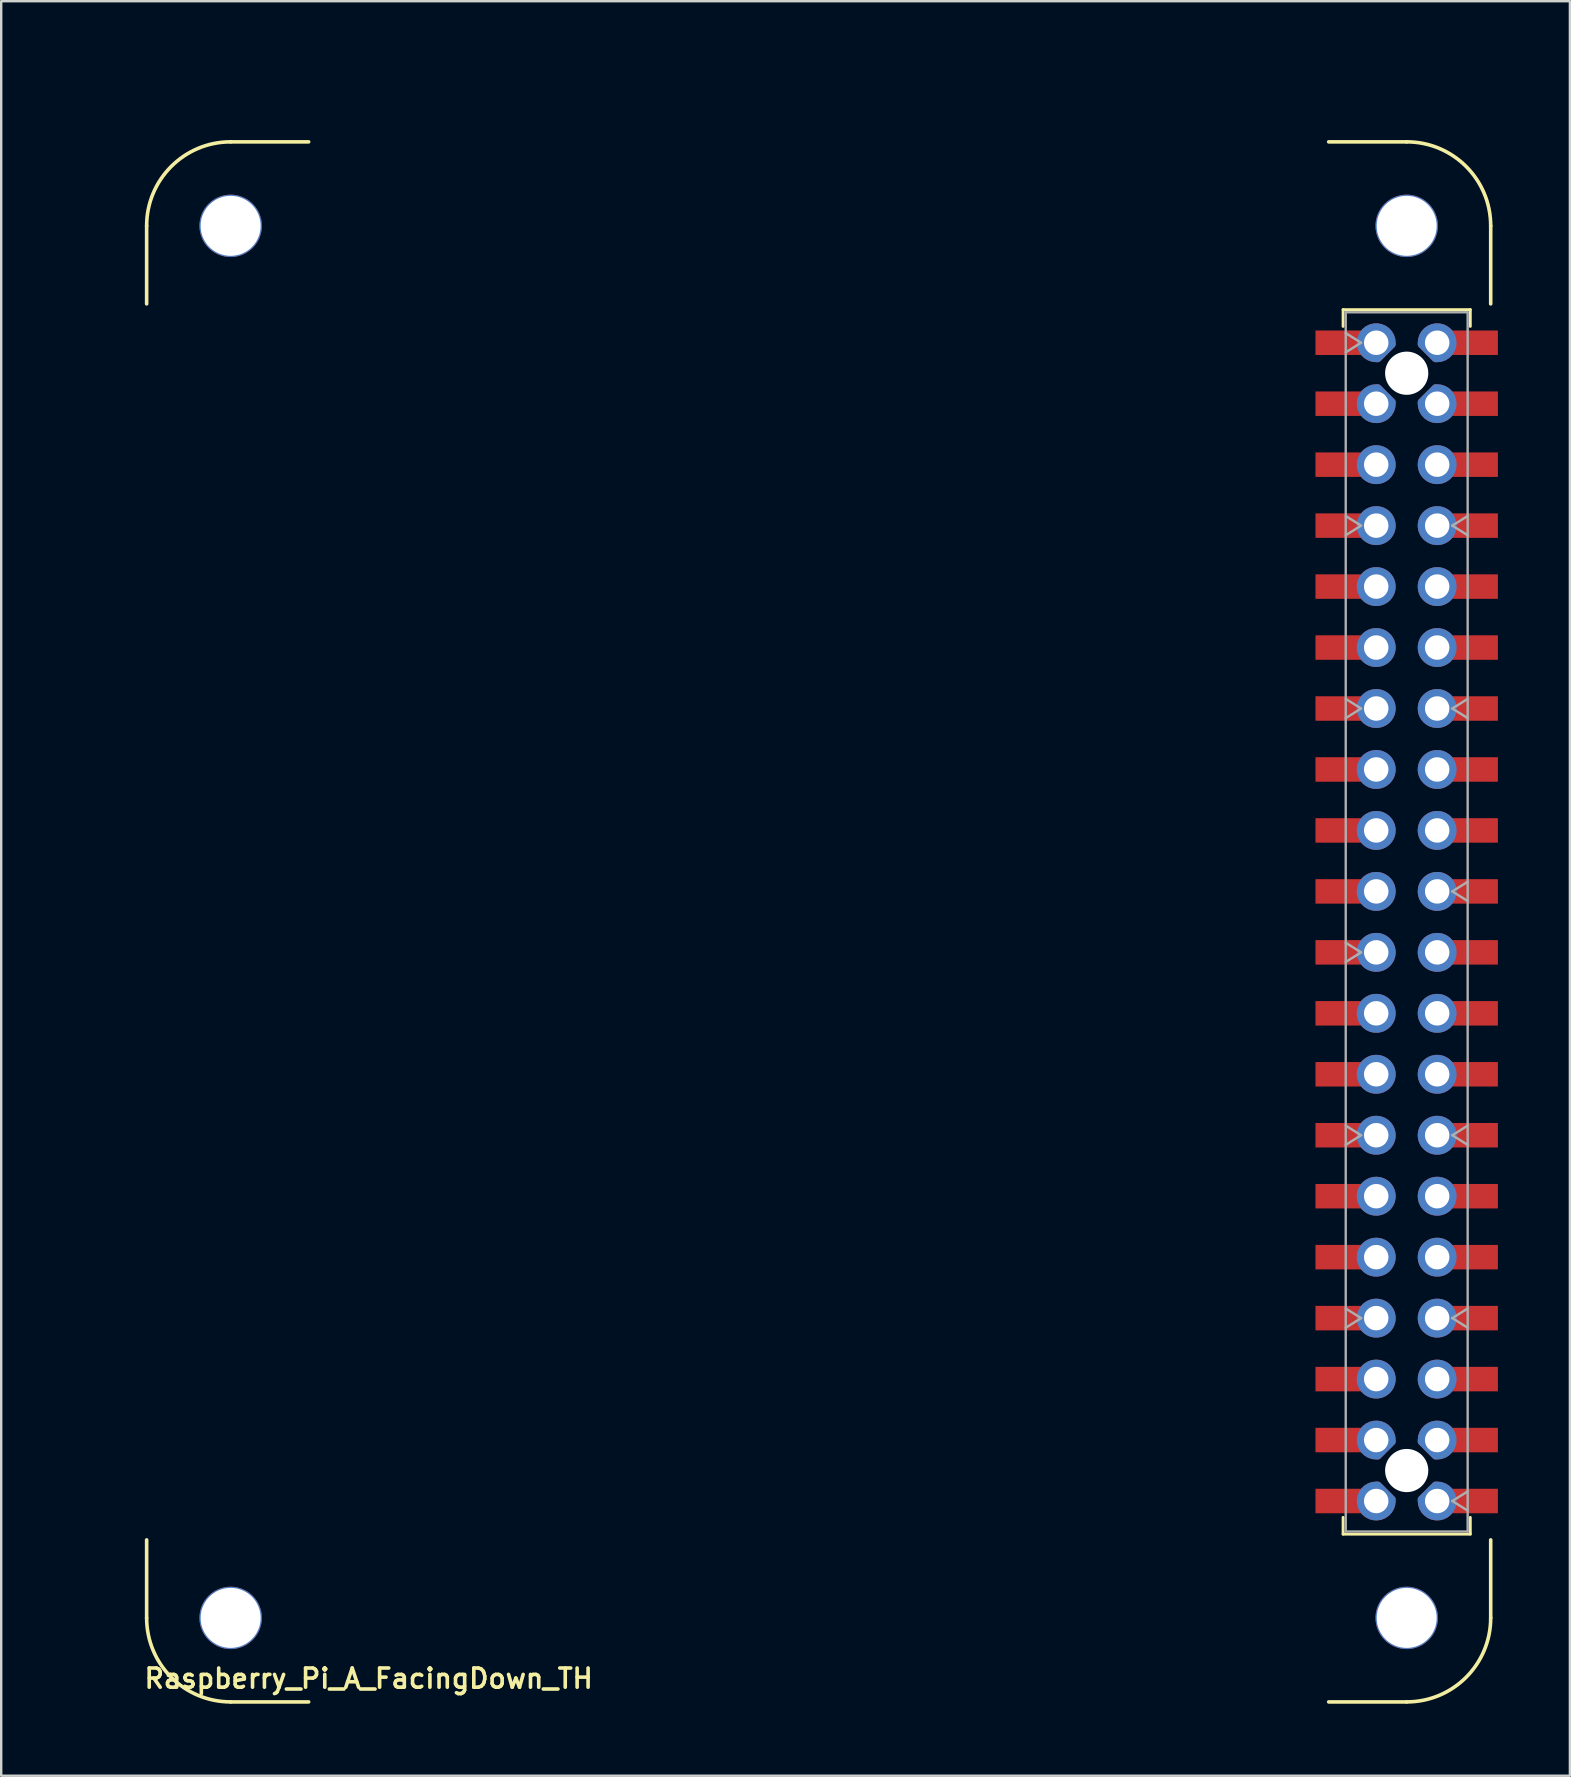
<source format=kicad_pcb>
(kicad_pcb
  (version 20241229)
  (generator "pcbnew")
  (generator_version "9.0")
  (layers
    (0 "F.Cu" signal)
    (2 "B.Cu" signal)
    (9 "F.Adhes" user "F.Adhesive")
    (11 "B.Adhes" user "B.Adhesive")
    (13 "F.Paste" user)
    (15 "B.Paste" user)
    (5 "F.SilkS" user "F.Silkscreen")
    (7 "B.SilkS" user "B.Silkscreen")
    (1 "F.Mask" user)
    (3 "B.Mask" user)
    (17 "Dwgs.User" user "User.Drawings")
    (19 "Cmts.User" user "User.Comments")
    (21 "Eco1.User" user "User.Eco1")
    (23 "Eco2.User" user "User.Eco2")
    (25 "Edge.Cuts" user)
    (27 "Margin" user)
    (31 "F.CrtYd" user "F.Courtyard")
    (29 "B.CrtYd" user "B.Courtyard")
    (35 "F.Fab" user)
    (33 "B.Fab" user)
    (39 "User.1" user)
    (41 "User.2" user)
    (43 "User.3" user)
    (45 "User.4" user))
  (footprint "Raspberry_Pi_A_FacingDown_TH"
    (layer "F.Cu")
    (at 55.56 35.36)
    (property "Reference" "Raspberry_Pi_A_FacingDown_TH" (at -43.25 31.525 0) (layer "F.SilkS") (effects (font (size 0.8 0.8) (thickness 0.15))))
    (attr through_hole)
    (fp_line (start -52.5 -25.75) (end -52.5 -29) (stroke (width 0.15) (type solid)) (layer "F.SilkS"))
    (fp_line (start -52.5 29) (end -52.5 25.75) (stroke (width 0.15) (type solid)) (layer "F.SilkS"))
    (fp_line (start -45.75 -32.5) (end -49 -32.5) (stroke (width 0.15) (type solid)) (layer "F.SilkS"))
    (fp_line (start -45.75 32.5) (end -49 32.5) (stroke (width 0.15) (type solid)) (layer "F.SilkS"))
    (fp_line (start -2.65 -25.51) (end 2.65 -25.51) (stroke (width 0.12) (type solid)) (layer "F.SilkS"))
    (fp_line (start -2.65 -24.81) (end -2.65 -25.51) (stroke (width 0.12) (type solid)) (layer "F.SilkS"))
    (fp_line (start -2.65 24.81) (end -2.65 25.51) (stroke (width 0.12) (type solid)) (layer "F.SilkS"))
    (fp_line (start -2.65 25.51) (end 2.65 25.51) (stroke (width 0.12) (type solid)) (layer "F.SilkS"))
    (fp_line (start 0 -32.5) (end -3.25 -32.5) (stroke (width 0.15) (type solid)) (layer "F.SilkS"))
    (fp_line (start 0 32.5) (end -3.25 32.5) (stroke (width 0.15) (type solid)) (layer "F.SilkS"))
    (fp_line (start 2.65 -25.51) (end 2.65 -24.81) (stroke (width 0.12) (type solid)) (layer "F.SilkS"))
    (fp_line (start 2.65 25.51) (end 2.65 24.81) (stroke (width 0.12) (type solid)) (layer "F.SilkS"))
    (fp_line (start 3.5 -25.75) (end 3.5 -29) (stroke (width 0.15) (type solid)) (layer "F.SilkS"))
    (fp_line (start 3.5 29) (end 3.5 25.75) (stroke (width 0.15) (type solid)) (layer "F.SilkS"))
    (fp_arc (start -52.5 -29) (mid -51.474874 -31.474874) (end -49 -32.5) (stroke (width 0.15) (type solid)) (layer "F.SilkS"))
    (fp_arc (start -49 32.5) (mid -51.474874 31.474874) (end -52.5 29) (stroke (width 0.15) (type solid)) (layer "F.SilkS"))
    (fp_arc (start 0 -32.5) (mid 2.474874 -31.474874) (end 3.5 -29) (stroke (width 0.15) (type solid)) (layer "F.SilkS"))
    (fp_arc (start 3.5 29) (mid 2.474874 31.474874) (end 0 32.5) (stroke (width 0.15) (type solid)) (layer "F.SilkS"))
    (fp_line (start -55.5 -25) (end -55.5 -17) (stroke (width 0.12) (type solid)) (layer "Eco2.User"))
    (fp_line (start -55.5 -17) (end -39.5 -17) (stroke (width 0.12) (type solid)) (layer "Eco2.User"))
    (fp_line (start -54 -7.5) (end -54 8.5) (stroke (width 0.12) (type solid)) (layer "Eco2.User"))
    (fp_line (start -54 8.5) (end -40.5 8.5) (stroke (width 0.12) (type solid)) (layer "Eco2.User"))
    (fp_line (start -54 17.4) (end -54 26.4) (stroke (width 0.12) (type solid)) (layer "Eco2.User"))
    (fp_line (start -54 26.4) (end -47 26.4) (stroke (width 0.12) (type solid)) (layer "Eco2.User"))
    (fp_line (start -52.5 -14.25) (end -52.5 -10.75) (stroke (width 0.12) (type solid)) (layer "Eco2.User"))
    (fp_line (start -52.5 -10.75) (end -29.5 -10.75) (stroke (width 0.12) (type solid)) (layer "Eco2.User"))
    (fp_line (start -47 17.4) (end -54 17.4) (stroke (width 0.12) (type solid)) (layer "Eco2.User"))
    (fp_line (start -47 26.4) (end -47 17.4) (stroke (width 0.12) (type solid)) (layer "Eco2.User"))
    (fp_line (start -40.5 -7.5) (end -54 -7.5) (stroke (width 0.12) (type solid)) (layer "Eco2.User"))
    (fp_line (start -40.5 8.5) (end -40.5 -7.5) (stroke (width 0.12) (type solid)) (layer "Eco2.User"))
    (fp_line (start -39.5 -25) (end -55.5 -25) (stroke (width 0.12) (type solid)) (layer "Eco2.User"))
    (fp_line (start -39.5 -17) (end -39.5 -25) (stroke (width 0.12) (type solid)) (layer "Eco2.User"))
    (fp_line (start -36 26.5) (end -36 30) (stroke (width 0.12) (type solid)) (layer "Eco2.User"))
    (fp_line (start -36 30) (end -13 30) (stroke (width 0.12) (type solid)) (layer "Eco2.User"))
    (fp_line (start -29.5 -14.25) (end -52.5 -14.25) (stroke (width 0.12) (type solid)) (layer "Eco2.User"))
    (fp_line (start -29.5 -10.75) (end -29.5 -14.25) (stroke (width 0.12) (type solid)) (layer "Eco2.User"))
    (fp_line (start -28.8 -35.3) (end -28.8 -20.3) (stroke (width 0.12) (type solid)) (layer "Eco2.User"))
    (fp_line (start -28.8 -20.3) (end -13.3 -20.3) (stroke (width 0.12) (type solid)) (layer "Eco2.User"))
    (fp_line (start -13.3 -35.3) (end -28.8 -35.3) (stroke (width 0.12) (type solid)) (layer "Eco2.User"))
    (fp_line (start -13.3 -20.3) (end -13.3 -35.3) (stroke (width 0.12) (type solid)) (layer "Eco2.User"))
    (fp_line (start -13 26.5) (end -36 26.5) (stroke (width 0.12) (type solid)) (layer "Eco2.User"))
    (fp_line (start -13 30) (end -13 26.5) (stroke (width 0.12) (type solid)) (layer "Eco2.User"))
    (fp_line (start -2.54 -25.4) (end 2.54 -25.4) (stroke (width 0.1) (type solid)) (layer "F.Fab"))
    (fp_line (start -2.54 -24.53) (end -1.9 -24.13) (stroke (width 0.1) (type solid)) (layer "F.Fab"))
    (fp_line (start -2.54 -16.91) (end -1.9 -16.51) (stroke (width 0.1) (type solid)) (layer "F.Fab"))
    (fp_line (start -2.54 -9.29) (end -1.9 -8.89) (stroke (width 0.1) (type solid)) (layer "F.Fab"))
    (fp_line (start -2.54 0.87) (end -1.9 1.27) (stroke (width 0.1) (type solid)) (layer "F.Fab"))
    (fp_line (start -2.54 8.49) (end -1.9 8.89) (stroke (width 0.1) (type solid)) (layer "F.Fab"))
    (fp_line (start -2.54 16.11) (end -1.9 16.51) (stroke (width 0.1) (type solid)) (layer "F.Fab"))
    (fp_line (start -2.54 25.4) (end -2.54 -25.4) (stroke (width 0.1) (type solid)) (layer "F.Fab"))
    (fp_line (start -1.9 -24.13) (end -2.54 -23.73) (stroke (width 0.1) (type solid)) (layer "F.Fab"))
    (fp_line (start -1.9 -16.51) (end -2.54 -16.11) (stroke (width 0.1) (type solid)) (layer "F.Fab"))
    (fp_line (start -1.9 -8.89) (end -2.54 -8.49) (stroke (width 0.1) (type solid)) (layer "F.Fab"))
    (fp_line (start -1.9 1.27) (end -2.54 1.67) (stroke (width 0.1) (type solid)) (layer "F.Fab"))
    (fp_line (start -1.9 8.89) (end -2.54 9.29) (stroke (width 0.1) (type solid)) (layer "F.Fab"))
    (fp_line (start -1.9 16.51) (end -2.54 16.91) (stroke (width 0.1) (type solid)) (layer "F.Fab"))
    (fp_line (start 1.9 -16.51) (end 2.54 -16.91) (stroke (width 0.1) (type solid)) (layer "F.Fab"))
    (fp_line (start 1.9 -8.89) (end 2.54 -9.29) (stroke (width 0.1) (type solid)) (layer "F.Fab"))
    (fp_line (start 1.9 -1.27) (end 2.54 -1.67) (stroke (width 0.1) (type solid)) (layer "F.Fab"))
    (fp_line (start 1.9 8.89) (end 2.54 8.49) (stroke (width 0.1) (type solid)) (layer "F.Fab"))
    (fp_line (start 1.9 16.51) (end 2.54 16.11) (stroke (width 0.1) (type solid)) (layer "F.Fab"))
    (fp_line (start 1.9 24.13) (end 2.54 23.73) (stroke (width 0.1) (type solid)) (layer "F.Fab"))
    (fp_line (start 2.54 -25.4) (end 2.54 25.4) (stroke (width 0.1) (type solid)) (layer "F.Fab"))
    (fp_line (start 2.54 -16.11) (end 1.9 -16.51) (stroke (width 0.1) (type solid)) (layer "F.Fab"))
    (fp_line (start 2.54 -8.49) (end 1.9 -8.89) (stroke (width 0.1) (type solid)) (layer "F.Fab"))
    (fp_line (start 2.54 -0.87) (end 1.9 -1.27) (stroke (width 0.1) (type solid)) (layer "F.Fab"))
    (fp_line (start 2.54 9.29) (end 1.9 8.89) (stroke (width 0.1) (type solid)) (layer "F.Fab"))
    (fp_line (start 2.54 16.91) (end 1.9 16.51) (stroke (width 0.1) (type solid)) (layer "F.Fab"))
    (fp_line (start 2.54 24.53) (end 1.9 24.13) (stroke (width 0.1) (type solid)) (layer "F.Fab"))
    (fp_line (start 2.54 25.4) (end -2.54 25.4) (stroke (width 0.1) (type solid)) (layer "F.Fab"))
    (pad "" np_thru_hole circle (at -49 -29) (size 2.6 2.6) (drill 2.5) (layers "*.Cu" "*.Mask"))
    (pad "" np_thru_hole circle (at -49 29) (size 2.6 2.6) (drill 2.5) (layers "*.Cu" "*.Mask"))
    (pad "" np_thru_hole circle (at 0 -29) (size 2.6 2.6) (drill 2.5) (layers "*.Cu" "*.Mask"))
    (pad "" np_thru_hole circle (at 0 -22.86) (size 1.8 1.8) (drill 1.8) (layers "*.Cu" "*.Mask"))
    (pad "" np_thru_hole circle (at 0 22.86) (size 1.8 1.8) (drill 1.8) (layers "*.Cu" "*.Mask"))
    (pad "" np_thru_hole circle (at 0 29) (size 2.6 2.6) (drill 2.5) (layers "*.Cu" "*.Mask"))
    (pad "1" smd rect (at -2.71 24.13) (size 2.18 1.02) (layers "F.Cu" "F.Mask" "F.Paste"))
    (pad "1" thru_hole custom (at -1.27 24.13) (size 1.32 1.32) (drill 1.02) (layers "*.Cu" "*.Mask") (options (anchor circle)) (primitives (gr_line (start 0.07 -0.66) (end 0 -0.66) (width 0.3)) (gr_line (start 0.66 -0.07) (end 0.07 -0.66) (width 0.3)) (gr_arc (start 0.66 0) (mid -0.46669 0.46669) (end 0 -0.66) (width 0.3)) (gr_line (start 0.66 -0.07) (end 0.66 0) (width 0.3))))
    (pad "2" thru_hole custom (at 1.27 24.13) (size 1.32 1.32) (drill 1.02) (layers "*.Cu" "*.Mask") (options (anchor circle)) (primitives (gr_arc (start 0 -0.66) (mid 0.46669 0.46669) (end -0.66 0) (width 0.3)) (gr_line (start -0.07 -0.66) (end -0.66 -0.07) (width 0.3)) (gr_line (start -0.66 -0.07) (end -0.66 0) (width 0.3)) (gr_line (start -0.07 -0.66) (end 0 -0.66) (width 0.3))))
    (pad "2" smd rect (at 2.71 24.13 180) (size 2.18 1.02) (layers "F.Cu" "F.Mask" "F.Paste"))
    (pad "3" smd rect (at -2.71 21.59) (size 2.18 1.02) (layers "F.Cu" "F.Mask" "F.Paste"))
    (pad "3" thru_hole custom (at -1.27 21.59) (size 1.32 1.32) (drill 1.02) (layers "*.Cu" "*.Mask") (options (anchor circle)) (primitives (gr_arc (start 0 0.66) (mid -0.46669 -0.46669) (end 0.66 0) (width 0.3)) (gr_line (start 0.07 0.66) (end 0 0.66) (width 0.3)) (gr_line (start 0.66 0.07) (end 0.66 0) (width 0.3)) (gr_line (start 0.07 0.66) (end 0.66 0.07) (width 0.3))))
    (pad "4" thru_hole custom (at 1.27 21.59) (size 1.32 1.32) (drill 1.02) (layers "*.Cu" "*.Mask") (options (anchor circle)) (primitives (gr_line (start -0.66 0.07) (end -0.66 0) (width 0.3)) (gr_line (start -0.07 0.66) (end 0 0.66) (width 0.3)) (gr_line (start -0.66 0.07) (end -0.07 0.66) (width 0.3)) (gr_arc (start -0.66 0) (mid 0.46669 -0.46669) (end 0 0.66) (width 0.3))))
    (pad "4" smd rect (at 2.71 21.59 180) (size 2.18 1.02) (layers "F.Cu" "F.Mask" "F.Paste"))
    (pad "5" smd rect (at -2.71 19.05) (size 2.18 1.02) (layers "F.Cu" "F.Mask" "F.Paste"))
    (pad "5" thru_hole circle (at -1.27 19.05) (size 1.62 1.62) (drill 1.02) (layers "*.Cu" "*.Mask"))
    (pad "6" thru_hole circle (at 1.27 19.05 180) (size 1.62 1.62) (drill 1.02) (layers "*.Cu" "*.Mask"))
    (pad "6" smd rect (at 2.71 19.05 180) (size 2.18 1.02) (layers "F.Cu" "F.Mask" "F.Paste"))
    (pad "7" smd rect (at -2.71 16.51) (size 2.18 1.02) (layers "F.Cu" "F.Mask" "F.Paste"))
    (pad "7" thru_hole circle (at -1.27 16.51) (size 1.62 1.62) (drill 1.02) (layers "*.Cu" "*.Mask"))
    (pad "8" thru_hole circle (at 1.27 16.51 180) (size 1.62 1.62) (drill 1.02) (layers "*.Cu" "*.Mask"))
    (pad "8" smd rect (at 2.71 16.51 180) (size 2.18 1.02) (layers "F.Cu" "F.Mask" "F.Paste"))
    (pad "9" smd rect (at -2.71 13.97) (size 2.18 1.02) (layers "F.Cu" "F.Mask" "F.Paste"))
    (pad "9" thru_hole circle (at -1.27 13.97) (size 1.62 1.62) (drill 1.02) (layers "*.Cu" "*.Mask"))
    (pad "10" thru_hole circle (at 1.27 13.97 180) (size 1.62 1.62) (drill 1.02) (layers "*.Cu" "*.Mask"))
    (pad "10" smd rect (at 2.71 13.97 180) (size 2.18 1.02) (layers "F.Cu" "F.Mask" "F.Paste"))
    (pad "11" smd rect (at -2.71 11.43) (size 2.18 1.02) (layers "F.Cu" "F.Mask" "F.Paste"))
    (pad "11" thru_hole circle (at -1.27 11.43) (size 1.62 1.62) (drill 1.02) (layers "*.Cu" "*.Mask"))
    (pad "12" thru_hole circle (at 1.27 11.43 180) (size 1.62 1.62) (drill 1.02) (layers "*.Cu" "*.Mask"))
    (pad "12" smd rect (at 2.71 11.43 180) (size 2.18 1.02) (layers "F.Cu" "F.Mask" "F.Paste"))
    (pad "13" smd rect (at -2.71 8.89) (size 2.18 1.02) (layers "F.Cu" "F.Mask" "F.Paste"))
    (pad "13" thru_hole circle (at -1.27 8.89) (size 1.62 1.62) (drill 1.02) (layers "*.Cu" "*.Mask"))
    (pad "14" thru_hole circle (at 1.27 8.89 180) (size 1.62 1.62) (drill 1.02) (layers "*.Cu" "*.Mask"))
    (pad "14" smd rect (at 2.71 8.89 180) (size 2.18 1.02) (layers "F.Cu" "F.Mask" "F.Paste"))
    (pad "15" smd rect (at -2.71 6.35) (size 2.18 1.02) (layers "F.Cu" "F.Mask" "F.Paste"))
    (pad "15" thru_hole circle (at -1.27 6.35) (size 1.62 1.62) (drill 1.02) (layers "*.Cu" "*.Mask"))
    (pad "16" thru_hole circle (at 1.27 6.35 180) (size 1.62 1.62) (drill 1.02) (layers "*.Cu" "*.Mask"))
    (pad "16" smd rect (at 2.71 6.35 180) (size 2.18 1.02) (layers "F.Cu" "F.Mask" "F.Paste"))
    (pad "17" smd rect (at -2.71 3.81) (size 2.18 1.02) (layers "F.Cu" "F.Mask" "F.Paste"))
    (pad "17" thru_hole circle (at -1.27 3.81) (size 1.62 1.62) (drill 1.02) (layers "*.Cu" "*.Mask"))
    (pad "18" thru_hole circle (at 1.27 3.81 180) (size 1.62 1.62) (drill 1.02) (layers "*.Cu" "*.Mask"))
    (pad "18" smd rect (at 2.71 3.81 180) (size 2.18 1.02) (layers "F.Cu" "F.Mask" "F.Paste"))
    (pad "19" smd rect (at -2.71 1.27) (size 2.18 1.02) (layers "F.Cu" "F.Mask" "F.Paste"))
    (pad "19" thru_hole circle (at -1.27 1.27) (size 1.62 1.62) (drill 1.02) (layers "*.Cu" "*.Mask"))
    (pad "20" thru_hole circle (at 1.27 1.27 180) (size 1.62 1.62) (drill 1.02) (layers "*.Cu" "*.Mask"))
    (pad "20" smd rect (at 2.71 1.27 180) (size 2.18 1.02) (layers "F.Cu" "F.Mask" "F.Paste"))
    (pad "21" smd rect (at -2.71 -1.27) (size 2.18 1.02) (layers "F.Cu" "F.Mask" "F.Paste"))
    (pad "21" thru_hole circle (at -1.27 -1.27) (size 1.62 1.62) (drill 1.02) (layers "*.Cu" "*.Mask"))
    (pad "22" thru_hole circle (at 1.27 -1.27 180) (size 1.62 1.62) (drill 1.02) (layers "*.Cu" "*.Mask"))
    (pad "22" smd rect (at 2.71 -1.27 180) (size 2.18 1.02) (layers "F.Cu" "F.Mask" "F.Paste"))
    (pad "23" smd rect (at -2.71 -3.81) (size 2.18 1.02) (layers "F.Cu" "F.Mask" "F.Paste"))
    (pad "23" thru_hole circle (at -1.27 -3.81) (size 1.62 1.62) (drill 1.02) (layers "*.Cu" "*.Mask"))
    (pad "24" thru_hole circle (at 1.27 -3.81 180) (size 1.62 1.62) (drill 1.02) (layers "*.Cu" "*.Mask"))
    (pad "24" smd rect (at 2.71 -3.81 180) (size 2.18 1.02) (layers "F.Cu" "F.Mask" "F.Paste"))
    (pad "25" smd rect (at -2.71 -6.35) (size 2.18 1.02) (layers "F.Cu" "F.Mask" "F.Paste"))
    (pad "25" thru_hole circle (at -1.27 -6.35) (size 1.62 1.62) (drill 1.02) (layers "*.Cu" "*.Mask"))
    (pad "26" thru_hole circle (at 1.27 -6.35 180) (size 1.62 1.62) (drill 1.02) (layers "*.Cu" "*.Mask"))
    (pad "26" smd rect (at 2.71 -6.35 180) (size 2.18 1.02) (layers "F.Cu" "F.Mask" "F.Paste"))
    (pad "27" smd rect (at -2.71 -8.89) (size 2.18 1.02) (layers "F.Cu" "F.Mask" "F.Paste"))
    (pad "27" thru_hole circle (at -1.27 -8.89) (size 1.62 1.62) (drill 1.02) (layers "*.Cu" "*.Mask"))
    (pad "28" thru_hole circle (at 1.27 -8.89 180) (size 1.62 1.62) (drill 1.02) (layers "*.Cu" "*.Mask"))
    (pad "28" smd rect (at 2.71 -8.89 180) (size 2.18 1.02) (layers "F.Cu" "F.Mask" "F.Paste"))
    (pad "29" smd rect (at -2.71 -11.43) (size 2.18 1.02) (layers "F.Cu" "F.Mask" "F.Paste"))
    (pad "29" thru_hole circle (at -1.27 -11.43) (size 1.62 1.62) (drill 1.02) (layers "*.Cu" "*.Mask"))
    (pad "30" thru_hole circle (at 1.27 -11.43 180) (size 1.62 1.62) (drill 1.02) (layers "*.Cu" "*.Mask"))
    (pad "30" smd rect (at 2.71 -11.43 180) (size 2.18 1.02) (layers "F.Cu" "F.Mask" "F.Paste"))
    (pad "31" smd rect (at -2.71 -13.97) (size 2.18 1.02) (layers "F.Cu" "F.Mask" "F.Paste"))
    (pad "31" thru_hole circle (at -1.27 -13.97) (size 1.62 1.62) (drill 1.02) (layers "*.Cu" "*.Mask"))
    (pad "32" thru_hole circle (at 1.27 -13.97 180) (size 1.62 1.62) (drill 1.02) (layers "*.Cu" "*.Mask"))
    (pad "32" smd rect (at 2.71 -13.97 180) (size 2.18 1.02) (layers "F.Cu" "F.Mask" "F.Paste"))
    (pad "33" smd rect (at -2.71 -16.51) (size 2.18 1.02) (layers "F.Cu" "F.Mask" "F.Paste"))
    (pad "33" thru_hole circle (at -1.27 -16.51) (size 1.62 1.62) (drill 1.02) (layers "*.Cu" "*.Mask"))
    (pad "34" thru_hole circle (at 1.27 -16.51 180) (size 1.62 1.62) (drill 1.02) (layers "*.Cu" "*.Mask"))
    (pad "34" smd rect (at 2.71 -16.51 180) (size 2.18 1.02) (layers "F.Cu" "F.Mask" "F.Paste"))
    (pad "35" smd rect (at -2.71 -19.05) (size 2.18 1.02) (layers "F.Cu" "F.Mask" "F.Paste"))
    (pad "35" thru_hole circle (at -1.27 -19.05) (size 1.62 1.62) (drill 1.02) (layers "*.Cu" "*.Mask"))
    (pad "36" thru_hole circle (at 1.27 -19.05 180) (size 1.62 1.62) (drill 1.02) (layers "*.Cu" "*.Mask"))
    (pad "36" smd rect (at 2.71 -19.05 180) (size 2.18 1.02) (layers "F.Cu" "F.Mask" "F.Paste"))
    (pad "37" smd rect (at -2.71 -21.59) (size 2.18 1.02) (layers "F.Cu" "F.Mask" "F.Paste"))
    (pad "37" thru_hole custom (at -1.27 -21.59) (size 1.32 1.32) (drill 1.02) (layers "*.Cu" "*.Mask") (options (anchor circle)) (primitives (gr_line (start 0.66 -0.07) (end 0.07 -0.66) (width 0.3)) (gr_line (start 0.07 -0.66) (end 0 -0.66) (width 0.3)) (gr_line (start 0.66 -0.07) (end 0.66 0) (width 0.3)) (gr_arc (start 0.66 0) (mid -0.46669 0.46669) (end 0 -0.66) (width 0.3))))
    (pad "38" thru_hole custom (at 1.27 -21.59) (size 1.32 1.32) (drill 1.02) (layers "*.Cu" "*.Mask") (options (anchor circle)) (primitives (gr_arc (start 0 -0.66) (mid 0.46669 0.46669) (end -0.66 0) (width 0.3)) (gr_line (start -0.07 -0.66) (end 0 -0.66) (width 0.3)) (gr_line (start -0.07 -0.66) (end -0.66 -0.07) (width 0.3)) (gr_line (start -0.66 -0.07) (end -0.66 0) (width 0.3))))
    (pad "38" smd rect (at 2.71 -21.59 180) (size 2.18 1.02) (layers "F.Cu" "F.Mask" "F.Paste"))
    (pad "39" smd rect (at -2.71 -24.13) (size 2.18 1.02) (layers "F.Cu" "F.Mask" "F.Paste"))
    (pad "39" thru_hole custom (at -1.27 -24.13) (size 1.32 1.32) (drill 1.02) (layers "*.Cu" "*.Mask") (options (anchor circle)) (primitives (gr_line (start 0.07 0.66) (end 0 0.66) (width 0.3)) (gr_line (start 0.07 0.66) (end 0.66 0.07) (width 0.3)) (gr_line (start 0.66 0.07) (end 0.66 0) (width 0.3)) (gr_arc (start 0 0.66) (mid -0.46669 -0.46669) (end 0.66 0) (width 0.3))))
    (pad "40" thru_hole custom (at 1.27 -24.13) (size 1.32 1.32) (drill 1.02) (layers "*.Cu" "*.Mask") (options (anchor circle)) (primitives (gr_arc (start -0.66 0) (mid 0.46669 -0.46669) (end 0 0.66) (width 0.3)) (gr_line (start -0.66 0.07) (end -0.07 0.66) (width 0.3)) (gr_line (start -0.07 0.66) (end 0 0.66) (width 0.3)) (gr_line (start -0.66 0.07) (end -0.66 0) (width 0.3))))
    (pad "40" smd rect (at 2.71 -24.13 180) (size 2.18 1.02) (layers "F.Cu" "F.Mask" "F.Paste")))
  (gr_rect
    (start -3 -3)
    (end 62.36 70.935)
    (stroke (width 0.1) (type default))
    (fill no)
    (layer "Edge.Cuts")))
</source>
